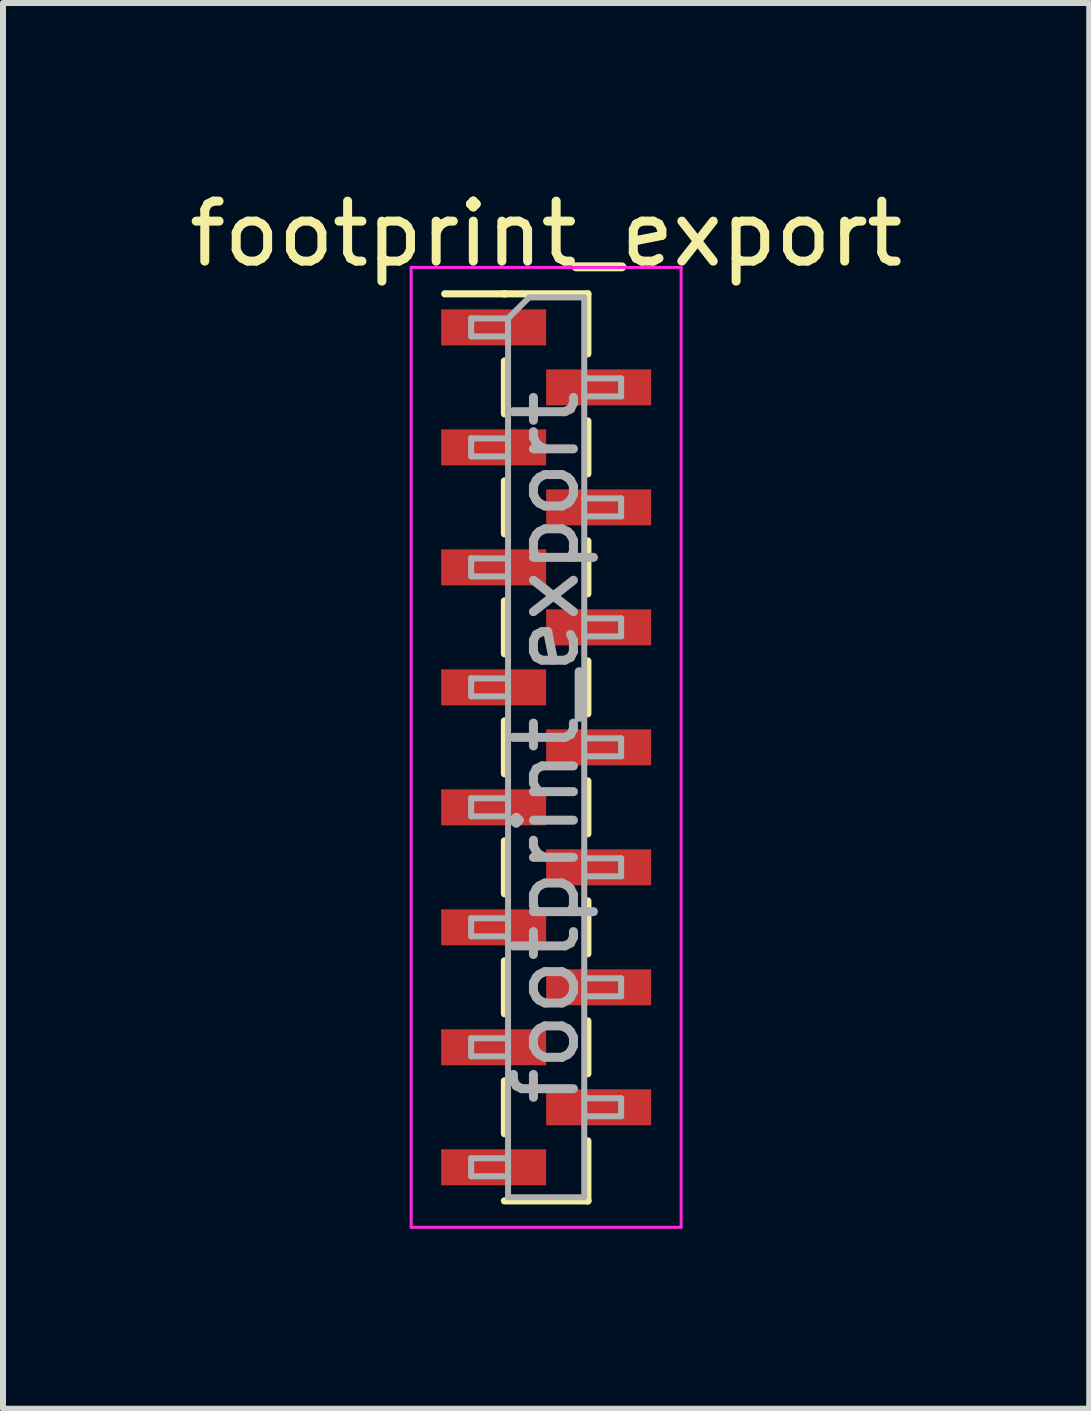
<source format=kicad_pcb>
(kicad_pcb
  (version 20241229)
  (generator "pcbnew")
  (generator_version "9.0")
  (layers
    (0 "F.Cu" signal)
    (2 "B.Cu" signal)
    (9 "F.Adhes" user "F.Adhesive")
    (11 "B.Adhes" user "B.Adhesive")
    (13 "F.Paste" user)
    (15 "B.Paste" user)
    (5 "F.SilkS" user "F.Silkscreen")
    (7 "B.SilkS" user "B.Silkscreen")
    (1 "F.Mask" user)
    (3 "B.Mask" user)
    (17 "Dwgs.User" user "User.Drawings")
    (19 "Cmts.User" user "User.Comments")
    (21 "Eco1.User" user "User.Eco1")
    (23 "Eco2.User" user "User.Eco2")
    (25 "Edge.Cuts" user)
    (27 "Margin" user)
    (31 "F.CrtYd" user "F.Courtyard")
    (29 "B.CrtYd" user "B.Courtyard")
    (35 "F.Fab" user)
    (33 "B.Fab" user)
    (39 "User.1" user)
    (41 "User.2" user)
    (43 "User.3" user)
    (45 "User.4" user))
  (footprint "footprint_export"
    (layer "F.Cu")
    (at 6.054 9.408)
    (property "Reference" "footprint_export" (at 0 -8.56 0) (layer "F.SilkS") (effects (font (size 1 1) (thickness 0.15))))
    (attr smd)
    (fp_line (start -0.695 -7.56) (end -1.69 -7.56) (stroke (width 0.12) (type solid)) (layer "F.SilkS"))
    (fp_line (start -0.695 -7.56) (end -0.695 -7.56) (stroke (width 0.12) (type solid)) (layer "F.SilkS"))
    (fp_line (start -0.695 -7.56) (end 0.695 -7.56) (stroke (width 0.12) (type solid)) (layer "F.SilkS"))
    (fp_line (start -0.695 -6.44) (end -0.695 -5.56) (stroke (width 0.12) (type solid)) (layer "F.SilkS"))
    (fp_line (start -0.695 -4.44) (end -0.695 -3.56) (stroke (width 0.12) (type solid)) (layer "F.SilkS"))
    (fp_line (start -0.695 -2.44) (end -0.695 -1.56) (stroke (width 0.12) (type solid)) (layer "F.SilkS"))
    (fp_line (start -0.695 -0.44) (end -0.695 0.44) (stroke (width 0.12) (type solid)) (layer "F.SilkS"))
    (fp_line (start -0.695 1.56) (end -0.695 2.44) (stroke (width 0.12) (type solid)) (layer "F.SilkS"))
    (fp_line (start -0.695 3.56) (end -0.695 4.44) (stroke (width 0.12) (type solid)) (layer "F.SilkS"))
    (fp_line (start -0.695 5.56) (end -0.695 6.44) (stroke (width 0.12) (type solid)) (layer "F.SilkS"))
    (fp_line (start -0.695 7.56) (end 0.695 7.56) (stroke (width 0.12) (type solid)) (layer "F.SilkS"))
    (fp_line (start 0.695 -7.56) (end 0.695 -6.56) (stroke (width 0.12) (type solid)) (layer "F.SilkS"))
    (fp_line (start 0.695 -5.44) (end 0.695 -4.56) (stroke (width 0.12) (type solid)) (layer "F.SilkS"))
    (fp_line (start 0.695 -3.44) (end 0.695 -2.56) (stroke (width 0.12) (type solid)) (layer "F.SilkS"))
    (fp_line (start 0.695 -1.44) (end 0.695 -0.56) (stroke (width 0.12) (type solid)) (layer "F.SilkS"))
    (fp_line (start 0.695 0.56) (end 0.695 1.44) (stroke (width 0.12) (type solid)) (layer "F.SilkS"))
    (fp_line (start 0.695 2.56) (end 0.695 3.44) (stroke (width 0.12) (type solid)) (layer "F.SilkS"))
    (fp_line (start 0.695 4.56) (end 0.695 5.44) (stroke (width 0.12) (type solid)) (layer "F.SilkS"))
    (fp_line (start 0.695 6.56) (end 0.695 7.56) (stroke (width 0.12) (type solid)) (layer "F.SilkS"))
    (fp_line (start 0.695 7.56) (end 0.695 7.56) (stroke (width 0.12) (type solid)) (layer "F.SilkS"))
    (fp_line (start -2.25 -8) (end -2.25 8) (stroke (width 0.05) (type solid)) (layer "F.CrtYd"))
    (fp_line (start -2.25 8) (end 2.25 8) (stroke (width 0.05) (type solid)) (layer "F.CrtYd"))
    (fp_line (start 2.25 -8) (end -2.25 -8) (stroke (width 0.05) (type solid)) (layer "F.CrtYd"))
    (fp_line (start 2.25 8) (end 2.25 -8) (stroke (width 0.05) (type solid)) (layer "F.CrtYd"))
    (fp_line (start -1.25 -7.15) (end -1.25 -6.85) (stroke (width 0.1) (type solid)) (layer "F.Fab"))
    (fp_line (start -1.25 -6.85) (end -0.635 -6.85) (stroke (width 0.1) (type solid)) (layer "F.Fab"))
    (fp_line (start -1.25 -5.15) (end -1.25 -4.85) (stroke (width 0.1) (type solid)) (layer "F.Fab"))
    (fp_line (start -1.25 -4.85) (end -0.635 -4.85) (stroke (width 0.1) (type solid)) (layer "F.Fab"))
    (fp_line (start -1.25 -3.15) (end -1.25 -2.85) (stroke (width 0.1) (type solid)) (layer "F.Fab"))
    (fp_line (start -1.25 -2.85) (end -0.635 -2.85) (stroke (width 0.1) (type solid)) (layer "F.Fab"))
    (fp_line (start -1.25 -1.15) (end -1.25 -0.85) (stroke (width 0.1) (type solid)) (layer "F.Fab"))
    (fp_line (start -1.25 -0.85) (end -0.635 -0.85) (stroke (width 0.1) (type solid)) (layer "F.Fab"))
    (fp_line (start -1.25 0.85) (end -1.25 1.15) (stroke (width 0.1) (type solid)) (layer "F.Fab"))
    (fp_line (start -1.25 1.15) (end -0.635 1.15) (stroke (width 0.1) (type solid)) (layer "F.Fab"))
    (fp_line (start -1.25 2.85) (end -1.25 3.15) (stroke (width 0.1) (type solid)) (layer "F.Fab"))
    (fp_line (start -1.25 3.15) (end -0.635 3.15) (stroke (width 0.1) (type solid)) (layer "F.Fab"))
    (fp_line (start -1.25 4.85) (end -1.25 5.15) (stroke (width 0.1) (type solid)) (layer "F.Fab"))
    (fp_line (start -1.25 5.15) (end -0.635 5.15) (stroke (width 0.1) (type solid)) (layer "F.Fab"))
    (fp_line (start -1.25 6.85) (end -1.25 7.15) (stroke (width 0.1) (type solid)) (layer "F.Fab"))
    (fp_line (start -1.25 7.15) (end -0.635 7.15) (stroke (width 0.1) (type solid)) (layer "F.Fab"))
    (fp_line (start -0.635 -7.15) (end -1.25 -7.15) (stroke (width 0.1) (type solid)) (layer "F.Fab"))
    (fp_line (start -0.635 -7.15) (end -0.285 -7.5) (stroke (width 0.1) (type solid)) (layer "F.Fab"))
    (fp_line (start -0.635 -5.15) (end -1.25 -5.15) (stroke (width 0.1) (type solid)) (layer "F.Fab"))
    (fp_line (start -0.635 -3.15) (end -1.25 -3.15) (stroke (width 0.1) (type solid)) (layer "F.Fab"))
    (fp_line (start -0.635 -1.15) (end -1.25 -1.15) (stroke (width 0.1) (type solid)) (layer "F.Fab"))
    (fp_line (start -0.635 0.85) (end -1.25 0.85) (stroke (width 0.1) (type solid)) (layer "F.Fab"))
    (fp_line (start -0.635 2.85) (end -1.25 2.85) (stroke (width 0.1) (type solid)) (layer "F.Fab"))
    (fp_line (start -0.635 4.85) (end -1.25 4.85) (stroke (width 0.1) (type solid)) (layer "F.Fab"))
    (fp_line (start -0.635 6.85) (end -1.25 6.85) (stroke (width 0.1) (type solid)) (layer "F.Fab"))
    (fp_line (start -0.635 7.5) (end -0.635 -7.15) (stroke (width 0.1) (type solid)) (layer "F.Fab"))
    (fp_line (start -0.285 -7.5) (end 0.635 -7.5) (stroke (width 0.1) (type solid)) (layer "F.Fab"))
    (fp_line (start 0.635 -7.5) (end 0.635 7.5) (stroke (width 0.1) (type solid)) (layer "F.Fab"))
    (fp_line (start 0.635 -6.15) (end 1.25 -6.15) (stroke (width 0.1) (type solid)) (layer "F.Fab"))
    (fp_line (start 0.635 -4.15) (end 1.25 -4.15) (stroke (width 0.1) (type solid)) (layer "F.Fab"))
    (fp_line (start 0.635 -2.15) (end 1.25 -2.15) (stroke (width 0.1) (type solid)) (layer "F.Fab"))
    (fp_line (start 0.635 -0.15) (end 1.25 -0.15) (stroke (width 0.1) (type solid)) (layer "F.Fab"))
    (fp_line (start 0.635 1.85) (end 1.25 1.85) (stroke (width 0.1) (type solid)) (layer "F.Fab"))
    (fp_line (start 0.635 3.85) (end 1.25 3.85) (stroke (width 0.1) (type solid)) (layer "F.Fab"))
    (fp_line (start 0.635 5.85) (end 1.25 5.85) (stroke (width 0.1) (type solid)) (layer "F.Fab"))
    (fp_line (start 0.635 7.5) (end -0.635 7.5) (stroke (width 0.1) (type solid)) (layer "F.Fab"))
    (fp_line (start 1.25 -6.15) (end 1.25 -5.85) (stroke (width 0.1) (type solid)) (layer "F.Fab"))
    (fp_line (start 1.25 -5.85) (end 0.635 -5.85) (stroke (width 0.1) (type solid)) (layer "F.Fab"))
    (fp_line (start 1.25 -4.15) (end 1.25 -3.85) (stroke (width 0.1) (type solid)) (layer "F.Fab"))
    (fp_line (start 1.25 -3.85) (end 0.635 -3.85) (stroke (width 0.1) (type solid)) (layer "F.Fab"))
    (fp_line (start 1.25 -2.15) (end 1.25 -1.85) (stroke (width 0.1) (type solid)) (layer "F.Fab"))
    (fp_line (start 1.25 -1.85) (end 0.635 -1.85) (stroke (width 0.1) (type solid)) (layer "F.Fab"))
    (fp_line (start 1.25 -0.15) (end 1.25 0.15) (stroke (width 0.1) (type solid)) (layer "F.Fab"))
    (fp_line (start 1.25 0.15) (end 0.635 0.15) (stroke (width 0.1) (type solid)) (layer "F.Fab"))
    (fp_line (start 1.25 1.85) (end 1.25 2.15) (stroke (width 0.1) (type solid)) (layer "F.Fab"))
    (fp_line (start 1.25 2.15) (end 0.635 2.15) (stroke (width 0.1) (type solid)) (layer "F.Fab"))
    (fp_line (start 1.25 3.85) (end 1.25 4.15) (stroke (width 0.1) (type solid)) (layer "F.Fab"))
    (fp_line (start 1.25 4.15) (end 0.635 4.15) (stroke (width 0.1) (type solid)) (layer "F.Fab"))
    (fp_line (start 1.25 5.85) (end 1.25 6.15) (stroke (width 0.1) (type solid)) (layer "F.Fab"))
    (fp_line (start 1.25 6.15) (end 0.635 6.15) (stroke (width 0.1) (type solid)) (layer "F.Fab"))
    (fp_text user "${REFERENCE}" (at 0 0 90) (layer "F.Fab") (effects (font (size 1 1) (thickness 0.15))))
    (pad "1" smd rect (at -0.875 -7) (size 1.75 0.6) (layers "F.Cu" "F.Mask" "F.Paste"))
    (pad "2" smd rect (at 0.875 -6) (size 1.75 0.6) (layers "F.Cu" "F.Mask" "F.Paste"))
    (pad "3" smd rect (at -0.875 -5) (size 1.75 0.6) (layers "F.Cu" "F.Mask" "F.Paste"))
    (pad "4" smd rect (at 0.875 -4) (size 1.75 0.6) (layers "F.Cu" "F.Mask" "F.Paste"))
    (pad "5" smd rect (at -0.875 -3) (size 1.75 0.6) (layers "F.Cu" "F.Mask" "F.Paste"))
    (pad "6" smd rect (at 0.875 -2) (size 1.75 0.6) (layers "F.Cu" "F.Mask" "F.Paste"))
    (pad "7" smd rect (at -0.875 -1) (size 1.75 0.6) (layers "F.Cu" "F.Mask" "F.Paste"))
    (pad "8" smd rect (at 0.875 0) (size 1.75 0.6) (layers "F.Cu" "F.Mask" "F.Paste"))
    (pad "9" smd rect (at -0.875 1) (size 1.75 0.6) (layers "F.Cu" "F.Mask" "F.Paste"))
    (pad "10" smd rect (at 0.875 2) (size 1.75 0.6) (layers "F.Cu" "F.Mask" "F.Paste"))
    (pad "11" smd rect (at -0.875 3) (size 1.75 0.6) (layers "F.Cu" "F.Mask" "F.Paste"))
    (pad "12" smd rect (at 0.875 4) (size 1.75 0.6) (layers "F.Cu" "F.Mask" "F.Paste"))
    (pad "13" smd rect (at -0.875 5) (size 1.75 0.6) (layers "F.Cu" "F.Mask" "F.Paste"))
    (pad "14" smd rect (at 0.875 6) (size 1.75 0.6) (layers "F.Cu" "F.Mask" "F.Paste"))
    (pad "15" smd rect (at -0.875 7) (size 1.75 0.6) (layers "F.Cu" "F.Mask" "F.Paste")))
  (gr_rect
    (start -3 -3)
    (end 15.107 20.433)
    (stroke (width 0.1) (type default))
    (fill no)
    (layer "Edge.Cuts")))
</source>
